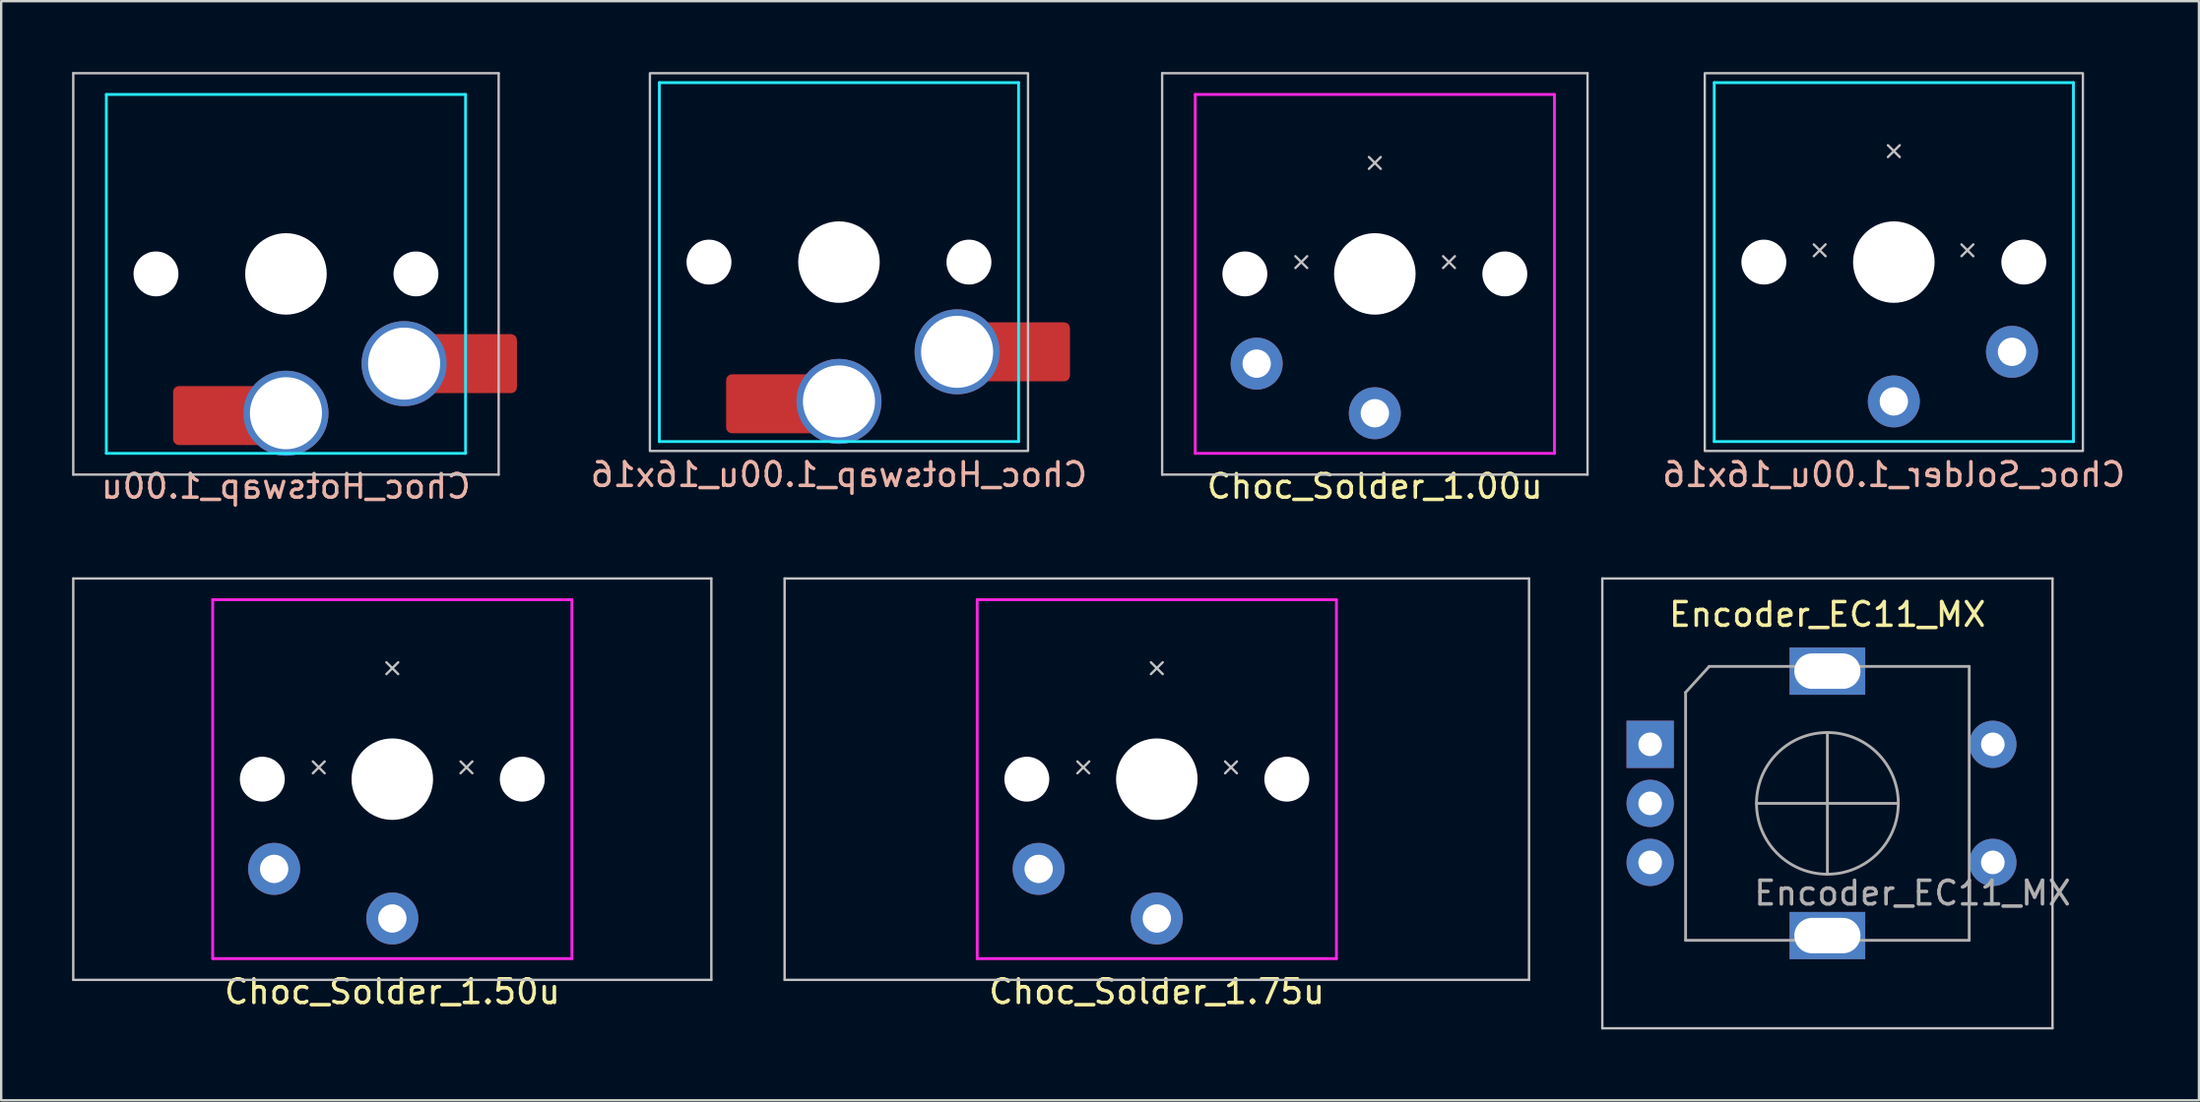
<source format=kicad_pcb>
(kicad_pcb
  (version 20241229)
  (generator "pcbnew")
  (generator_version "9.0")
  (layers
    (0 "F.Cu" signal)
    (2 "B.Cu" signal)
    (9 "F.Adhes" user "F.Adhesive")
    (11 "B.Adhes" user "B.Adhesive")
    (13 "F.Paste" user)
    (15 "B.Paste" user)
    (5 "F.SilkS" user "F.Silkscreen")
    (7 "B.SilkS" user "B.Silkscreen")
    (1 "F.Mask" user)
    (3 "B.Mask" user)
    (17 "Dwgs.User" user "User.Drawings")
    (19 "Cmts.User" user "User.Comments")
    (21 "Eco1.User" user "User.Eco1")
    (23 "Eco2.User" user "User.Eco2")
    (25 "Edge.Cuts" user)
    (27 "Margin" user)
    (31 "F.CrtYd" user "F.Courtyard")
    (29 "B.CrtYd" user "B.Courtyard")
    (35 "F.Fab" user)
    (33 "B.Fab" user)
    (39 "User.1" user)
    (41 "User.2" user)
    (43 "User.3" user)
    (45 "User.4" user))
  (footprint "Choc_Solder_1.00u"
    (layer "F.Cu")
    (at 55.125 8.55)
    (property "Reference" "Choc_Solder_1.00u" (at 0 9 180) (layer "F.SilkS") (effects (font (size 1 1) (thickness 0.15))))
    (attr through_hole)
    (fp_line (start -9 -8.5) (end -9 8.5) (stroke (width 0.1) (type solid)) (layer "Dwgs.User"))
    (fp_line (start -9 8.5) (end 9 8.5) (stroke (width 0.1) (type solid)) (layer "Dwgs.User"))
    (fp_line (start -3.362 -0.75) (end -2.862 -0.25) (stroke (width 0.1) (type default)) (layer "Dwgs.User"))
    (fp_line (start -2.862 -0.75) (end -3.362 -0.25) (stroke (width 0.1) (type default)) (layer "Dwgs.User"))
    (fp_line (start -0.25 -4.95) (end 0.25 -4.45) (stroke (width 0.1) (type default)) (layer "Dwgs.User"))
    (fp_line (start 0.25 -4.95) (end -0.25 -4.45) (stroke (width 0.1) (type default)) (layer "Dwgs.User"))
    (fp_line (start 2.888 -0.75) (end 3.388 -0.25) (stroke (width 0.1) (type default)) (layer "Dwgs.User"))
    (fp_line (start 3.388 -0.75) (end 2.888 -0.25) (stroke (width 0.1) (type default)) (layer "Dwgs.User"))
    (fp_line (start 9 -8.5) (end -9 -8.5) (stroke (width 0.1) (type solid)) (layer "Dwgs.User"))
    (fp_line (start 9 8.5) (end 9 -8.5) (stroke (width 0.1) (type solid)) (layer "Dwgs.User"))
    (fp_line (start -7.6 -7.6) (end 7.6 -7.6) (stroke (width 0.12) (type solid)) (layer "F.CrtYd"))
    (fp_line (start -7.6 7.6) (end -7.6 -7.6) (stroke (width 0.12) (type solid)) (layer "F.CrtYd"))
    (fp_line (start 7.6 -7.6) (end 7.6 7.6) (stroke (width 0.12) (type solid)) (layer "F.CrtYd"))
    (fp_line (start 7.6 7.6) (end -7.6 7.6) (stroke (width 0.12) (type solid)) (layer "F.CrtYd"))
    (pad "" np_thru_hole circle (at -5.5 0 180) (size 1.9 1.9) (drill 1.9) (layers "*.Cu" "*.Mask"))
    (pad "" np_thru_hole circle (at 0 0 180) (size 3.45 3.45) (drill 3.45) (layers "*.Cu" "*.Mask"))
    (pad "" np_thru_hole circle (at 5.5 0 180) (size 1.9 1.9) (drill 1.9) (layers "*.Cu" "*.Mask"))
    (pad "1" thru_hole circle (at 0 5.9 180) (size 2.2 2.2) (drill 1.2) (layers "*.Cu" "*.Mask"))
    (pad "2" thru_hole circle (at -5 3.8 180) (size 2.2 2.2) (drill 1.2) (layers "*.Cu" "*.Mask")))
  (footprint "Choc_Solder_1.00u_16x16"
    (layer "F.Cu")
    (at 79.586 12.9)
    (property "Reference" "Choc_Solder_1.00u_16x16" (at -2.5 4.15 180) (layer "B.SilkS") (effects (font (size 1 1) (thickness 0.15)) (justify mirror)))
    (attr smd allow_soldermask_bridges)
    (fp_line (start -5.888 -5.6) (end -5.388 -5.1) (stroke (width 0.1) (type default)) (layer "Dwgs.User"))
    (fp_line (start -5.388 -5.6) (end -5.888 -5.1) (stroke (width 0.1) (type default)) (layer "Dwgs.User"))
    (fp_line (start -2.75 -9.8) (end -2.25 -9.3) (stroke (width 0.1) (type default)) (layer "Dwgs.User"))
    (fp_line (start -2.25 -9.8) (end -2.75 -9.3) (stroke (width 0.1) (type default)) (layer "Dwgs.User"))
    (fp_line (start 0.362 -5.6) (end 0.863 -5.1) (stroke (width 0.1) (type default)) (layer "Dwgs.User"))
    (fp_line (start 0.863 -5.6) (end 0.362 -5.1) (stroke (width 0.1) (type default)) (layer "Dwgs.User"))
    (fp_rect (start -10.5 -12.85) (end 5.5 3.15) (stroke (width 0.1) (type default)) (fill no) (layer "Dwgs.User"))
    (fp_line (start -10.1 -12.45) (end -10.1 2.75) (stroke (width 0.12) (type solid)) (layer "B.CrtYd"))
    (fp_line (start -10.1 2.75) (end 5.1 2.75) (stroke (width 0.12) (type solid)) (layer "B.CrtYd"))
    (fp_line (start 5.1 -12.45) (end -10.1 -12.45) (stroke (width 0.12) (type solid)) (layer "B.CrtYd"))
    (fp_line (start 5.1 2.75) (end 5.1 -12.45) (stroke (width 0.12) (type solid)) (layer "B.CrtYd"))
    (pad "" np_thru_hole circle (at -8 -4.85 180) (size 1.9 1.9) (drill 1.9) (layers "*.Cu" "*.Mask"))
    (pad "" np_thru_hole circle (at -2.5 -4.85 180) (size 3.45 3.45) (drill 3.45) (layers "*.Cu" "*.Mask"))
    (pad "" np_thru_hole circle (at 3 -4.85 180) (size 1.9 1.9) (drill 1.9) (layers "*.Cu" "*.Mask"))
    (pad "1" thru_hole circle (at -2.5 1.05 180) (size 2.2 2.2) (drill 1.2) (layers "*.Cu" "*.Mask"))
    (pad "2" thru_hole circle (at 2.5 -1.05 180) (size 2.2 2.2) (drill 1.2) (layers "*.Cu" "*.Mask")))
  (footprint "Choc_Solder_1.75u"
    (layer "F.Cu")
    (at 45.9 29.948)
    (property "Reference" "Choc_Solder_1.75u" (at 0 9 180) (layer "F.SilkS") (effects (font (size 1 1) (thickness 0.15))))
    (attr through_hole)
    (fp_line (start -15.75 -8.5) (end -15.75 8.5) (stroke (width 0.1) (type solid)) (layer "Dwgs.User"))
    (fp_line (start -15.75 8.5) (end 15.75 8.5) (stroke (width 0.1) (type solid)) (layer "Dwgs.User"))
    (fp_line (start -3.362 -0.75) (end -2.862 -0.25) (stroke (width 0.1) (type default)) (layer "Dwgs.User"))
    (fp_line (start -2.862 -0.75) (end -3.362 -0.25) (stroke (width 0.1) (type default)) (layer "Dwgs.User"))
    (fp_line (start -0.25 -4.95) (end 0.25 -4.45) (stroke (width 0.1) (type default)) (layer "Dwgs.User"))
    (fp_line (start 0.25 -4.95) (end -0.25 -4.45) (stroke (width 0.1) (type default)) (layer "Dwgs.User"))
    (fp_line (start 2.888 -0.75) (end 3.388 -0.25) (stroke (width 0.1) (type default)) (layer "Dwgs.User"))
    (fp_line (start 3.388 -0.75) (end 2.888 -0.25) (stroke (width 0.1) (type default)) (layer "Dwgs.User"))
    (fp_line (start 15.75 -8.5) (end -15.75 -8.5) (stroke (width 0.1) (type solid)) (layer "Dwgs.User"))
    (fp_line (start 15.75 8.5) (end 15.75 -8.5) (stroke (width 0.1) (type solid)) (layer "Dwgs.User"))
    (fp_line (start -7.6 -7.6) (end 7.6 -7.6) (stroke (width 0.12) (type solid)) (layer "F.CrtYd"))
    (fp_line (start -7.6 7.6) (end -7.6 -7.6) (stroke (width 0.12) (type solid)) (layer "F.CrtYd"))
    (fp_line (start 7.6 -7.6) (end 7.6 7.6) (stroke (width 0.12) (type solid)) (layer "F.CrtYd"))
    (fp_line (start 7.6 7.6) (end -7.6 7.6) (stroke (width 0.12) (type solid)) (layer "F.CrtYd"))
    (pad "" np_thru_hole circle (at -5.5 0 180) (size 1.9 1.9) (drill 1.9) (layers "*.Cu" "*.Mask"))
    (pad "" np_thru_hole circle (at 0 0 180) (size 3.45 3.45) (drill 3.45) (layers "*.Cu" "*.Mask"))
    (pad "" np_thru_hole circle (at 5.5 0 180) (size 1.9 1.9) (drill 1.9) (layers "*.Cu" "*.Mask"))
    (pad "1" thru_hole circle (at 0 5.9 180) (size 2.2 2.2) (drill 1.2) (layers "*.Cu" "*.Mask"))
    (pad "2" thru_hole circle (at -5 3.8 180) (size 2.2 2.2) (drill 1.2) (layers "*.Cu" "*.Mask")))
  (footprint "Encoder_EC11_MX"
    (layer "F.Cu")
    (at 74.275 30.973)
    (property "Reference" "Encoder_EC11_MX" (at 0 -8 0) (layer "F.SilkS") (effects (font (size 1 1) (thickness 0.15))))
    (attr through_hole)
    (fp_line (start -9.525 -9.525) (end -9.525 9.525) (stroke (width 0.1) (type solid)) (layer "Dwgs.User"))
    (fp_line (start -9.525 9.525) (end 9.525 9.525) (stroke (width 0.1) (type solid)) (layer "Dwgs.User"))
    (fp_line (start 9.525 -9.525) (end -9.525 -9.525) (stroke (width 0.1) (type solid)) (layer "Dwgs.User"))
    (fp_line (start 9.525 9.525) (end 9.525 -9.525) (stroke (width 0.1) (type solid)) (layer "Dwgs.User"))
    (fp_line (start -6 -4.7) (end -5 -5.8) (stroke (width 0.12) (type solid)) (layer "F.Fab"))
    (fp_line (start -6 5.8) (end -6 -4.7) (stroke (width 0.12) (type solid)) (layer "F.Fab"))
    (fp_line (start -5 -5.8) (end 6 -5.8) (stroke (width 0.12) (type solid)) (layer "F.Fab"))
    (fp_line (start -3 0) (end 3 0) (stroke (width 0.12) (type solid)) (layer "F.Fab"))
    (fp_line (start 0 -3) (end 0 3) (stroke (width 0.12) (type solid)) (layer "F.Fab"))
    (fp_line (start 6 -5.8) (end 6 5.8) (stroke (width 0.12) (type solid)) (layer "F.Fab"))
    (fp_line (start 6 5.8) (end -6 5.8) (stroke (width 0.12) (type solid)) (layer "F.Fab"))
    (fp_circle (center 0 0) (end 3 0) (stroke (width 0.12) (type solid)) (fill no) (layer "F.Fab"))
    (fp_text user "${REFERENCE}" (at 3.6 3.8 0) (layer "F.Fab") (effects (font (size 1 1) (thickness 0.15))))
    (pad "A" thru_hole rect (at -7.5 -2.5) (size 2 2) (drill 1) (layers "*.Cu" "*.Mask"))
    (pad "B" thru_hole circle (at -7.5 2.5) (size 2 2) (drill 1) (layers "*.Cu" "*.Mask"))
    (pad "C" thru_hole circle (at -7.5 0) (size 2 2) (drill 1) (layers "*.Cu" "*.Mask"))
    (pad "MP" thru_hole rect (at 0 -5.6) (size 3.2 2) (drill oval 2.8 1.5) (layers "*.Cu" "*.Mask"))
    (pad "MP" thru_hole rect (at 0 5.6) (size 3.2 2) (drill oval 2.8 1.5) (layers "*.Cu" "*.Mask"))
    (pad "S1" thru_hole circle (at 7 2.5) (size 2 2) (drill 1) (layers "*.Cu" "*.Mask"))
    (pad "S2" thru_hole circle (at 7 -2.5) (size 2 2) (drill 1) (layers "*.Cu" "*.Mask")))
  (footprint "Choc_Hotswap_1.00u_16x16"
    (layer "F.Cu")
    (at 34.95 12.9)
    (property "Reference" "Choc_Hotswap_1.00u_16x16" (at -2.5 4.15 180) (layer "B.SilkS") (effects (font (size 1 1) (thickness 0.15)) (justify mirror)))
    (attr smd allow_soldermask_bridges)
    (fp_rect (start -10.5 -12.85) (end 5.5 3.15) (stroke (width 0.1) (type default)) (fill no) (layer "Dwgs.User"))
    (fp_line (start -10.1 -12.45) (end -10.1 2.75) (stroke (width 0.12) (type solid)) (layer "B.CrtYd"))
    (fp_line (start -10.1 2.75) (end 5.1 2.75) (stroke (width 0.12) (type solid)) (layer "B.CrtYd"))
    (fp_line (start 5.1 -12.45) (end -10.1 -12.45) (stroke (width 0.12) (type solid)) (layer "B.CrtYd"))
    (fp_line (start 5.1 2.75) (end 5.1 -12.45) (stroke (width 0.12) (type solid)) (layer "B.CrtYd"))
    (pad "" np_thru_hole circle (at -8 -4.85 180) (size 1.9 1.9) (drill 1.9) (layers "*.Cu" "*.Mask"))
    (pad "" smd roundrect (at -6 1.15 180) (size 2.55 2.5) (layers "F.Mask" "F.Paste") (roundrect_rratio 0.1))
    (pad "" np_thru_hole circle (at -2.5 -4.85 180) (size 3.45 3.45) (drill 3.45) (layers "*.Cu" "*.Mask"))
    (pad "" np_thru_hole circle (at 3 -4.85 180) (size 1.9 1.9) (drill 1.9) (layers "*.Cu" "*.Mask"))
    (pad "" smd roundrect (at 6 -1.05 180) (size 2.55 2.5) (layers "F.Mask" "F.Paste") (roundrect_rratio 0.1))
    (pad "1" smd roundrect (at -5.35 1.15 180) (size 3.85 2.5) (layers "F.Cu") (roundrect_rratio 0.1))
    (pad "1" thru_hole circle (at -2.5 1.05 180) (size 3.6 3.6) (drill 3.05) (layers "*.Cu" "*.Mask"))
    (pad "2" thru_hole circle (at 2.5 -1.05 180) (size 3.6 3.6) (drill 3.05) (layers "*.Cu" "*.Mask"))
    (pad "2" smd roundrect (at 5.35 -1.05 180) (size 3.85 2.5) (layers "F.Cu") (roundrect_rratio 0.1)))
  (footprint "Choc_Hotswap_1.00u"
    (layer "F.Cu")
    (at 11.55 13.4)
    (property "Reference" "Choc_Hotswap_1.00u" (at -2.5 4.15 180) (layer "B.SilkS") (effects (font (size 1 1) (thickness 0.15)) (justify mirror)))
    (attr smd allow_soldermask_bridges)
    (fp_line (start -11.5 -13.35) (end -11.5 3.65) (stroke (width 0.1) (type solid)) (layer "Dwgs.User"))
    (fp_line (start -11.5 3.65) (end 6.5 3.65) (stroke (width 0.1) (type solid)) (layer "Dwgs.User"))
    (fp_line (start 6.5 -13.35) (end -11.5 -13.35) (stroke (width 0.1) (type solid)) (layer "Dwgs.User"))
    (fp_line (start 6.5 3.65) (end 6.5 -13.35) (stroke (width 0.1) (type solid)) (layer "Dwgs.User"))
    (fp_line (start -10.1 -12.45) (end -10.1 2.75) (stroke (width 0.12) (type solid)) (layer "B.CrtYd"))
    (fp_line (start -10.1 2.75) (end 5.1 2.75) (stroke (width 0.12) (type solid)) (layer "B.CrtYd"))
    (fp_line (start 5.1 -12.45) (end -10.1 -12.45) (stroke (width 0.12) (type solid)) (layer "B.CrtYd"))
    (fp_line (start 5.1 2.75) (end 5.1 -12.45) (stroke (width 0.12) (type solid)) (layer "B.CrtYd"))
    (pad "" np_thru_hole circle (at -8 -4.85 180) (size 1.9 1.9) (drill 1.9) (layers "*.Cu" "*.Mask"))
    (pad "" smd roundrect (at -6 1.15 180) (size 2.55 2.5) (layers "F.Mask" "F.Paste") (roundrect_rratio 0.1))
    (pad "" np_thru_hole circle (at -2.5 -4.85 180) (size 3.45 3.45) (drill 3.45) (layers "*.Cu" "*.Mask"))
    (pad "" np_thru_hole circle (at 3 -4.85 180) (size 1.9 1.9) (drill 1.9) (layers "*.Cu" "*.Mask"))
    (pad "" smd roundrect (at 6 -1.05 180) (size 2.55 2.5) (layers "F.Mask" "F.Paste") (roundrect_rratio 0.1))
    (pad "1" smd roundrect (at -5.35 1.15 180) (size 3.85 2.5) (layers "F.Cu") (roundrect_rratio 0.1))
    (pad "1" thru_hole circle (at -2.5 1.05 180) (size 3.6 3.6) (drill 3.05) (layers "*.Cu" "*.Mask"))
    (pad "2" thru_hole circle (at 2.5 -1.05 180) (size 3.6 3.6) (drill 3.05) (layers "*.Cu" "*.Mask"))
    (pad "2" smd roundrect (at 5.35 -1.05 180) (size 3.85 2.5) (layers "F.Cu") (roundrect_rratio 0.1)))
  (footprint "Choc_Solder_1.50u"
    (layer "F.Cu")
    (at 13.55 29.948)
    (property "Reference" "Choc_Solder_1.50u" (at 0 9 180) (layer "F.SilkS") (effects (font (size 1 1) (thickness 0.15))))
    (attr through_hole)
    (fp_line (start -13.5 -8.5) (end -13.5 8.5) (stroke (width 0.1) (type solid)) (layer "Dwgs.User"))
    (fp_line (start -13.5 8.5) (end 13.5 8.5) (stroke (width 0.1) (type solid)) (layer "Dwgs.User"))
    (fp_line (start -3.362 -0.75) (end -2.862 -0.25) (stroke (width 0.1) (type default)) (layer "Dwgs.User"))
    (fp_line (start -2.862 -0.75) (end -3.362 -0.25) (stroke (width 0.1) (type default)) (layer "Dwgs.User"))
    (fp_line (start -0.25 -4.95) (end 0.25 -4.45) (stroke (width 0.1) (type default)) (layer "Dwgs.User"))
    (fp_line (start 0.25 -4.95) (end -0.25 -4.45) (stroke (width 0.1) (type default)) (layer "Dwgs.User"))
    (fp_line (start 2.888 -0.75) (end 3.388 -0.25) (stroke (width 0.1) (type default)) (layer "Dwgs.User"))
    (fp_line (start 3.388 -0.75) (end 2.888 -0.25) (stroke (width 0.1) (type default)) (layer "Dwgs.User"))
    (fp_line (start 13.5 -8.5) (end -13.5 -8.5) (stroke (width 0.1) (type solid)) (layer "Dwgs.User"))
    (fp_line (start 13.5 8.5) (end 13.5 -8.5) (stroke (width 0.1) (type solid)) (layer "Dwgs.User"))
    (fp_line (start -7.6 -7.6) (end 7.6 -7.6) (stroke (width 0.12) (type solid)) (layer "F.CrtYd"))
    (fp_line (start -7.6 7.6) (end -7.6 -7.6) (stroke (width 0.12) (type solid)) (layer "F.CrtYd"))
    (fp_line (start 7.6 -7.6) (end 7.6 7.6) (stroke (width 0.12) (type solid)) (layer "F.CrtYd"))
    (fp_line (start 7.6 7.6) (end -7.6 7.6) (stroke (width 0.12) (type solid)) (layer "F.CrtYd"))
    (pad "" np_thru_hole circle (at -5.5 0 180) (size 1.9 1.9) (drill 1.9) (layers "*.Cu" "*.Mask"))
    (pad "" np_thru_hole circle (at 0 0 180) (size 3.45 3.45) (drill 3.45) (layers "*.Cu" "*.Mask"))
    (pad "" np_thru_hole circle (at 5.5 0 180) (size 1.9 1.9) (drill 1.9) (layers "*.Cu" "*.Mask"))
    (pad "1" thru_hole circle (at 0 5.9 180) (size 2.2 2.2) (drill 1.2) (layers "*.Cu" "*.Mask"))
    (pad "2" thru_hole circle (at -5 3.8 180) (size 2.2 2.2) (drill 1.2) (layers "*.Cu" "*.Mask")))
  (gr_rect
    (start -3 -3)
    (end 89.996 43.548)
    (stroke (width 0.1) (type default))
    (fill no)
    (layer "Edge.Cuts")))
</source>
